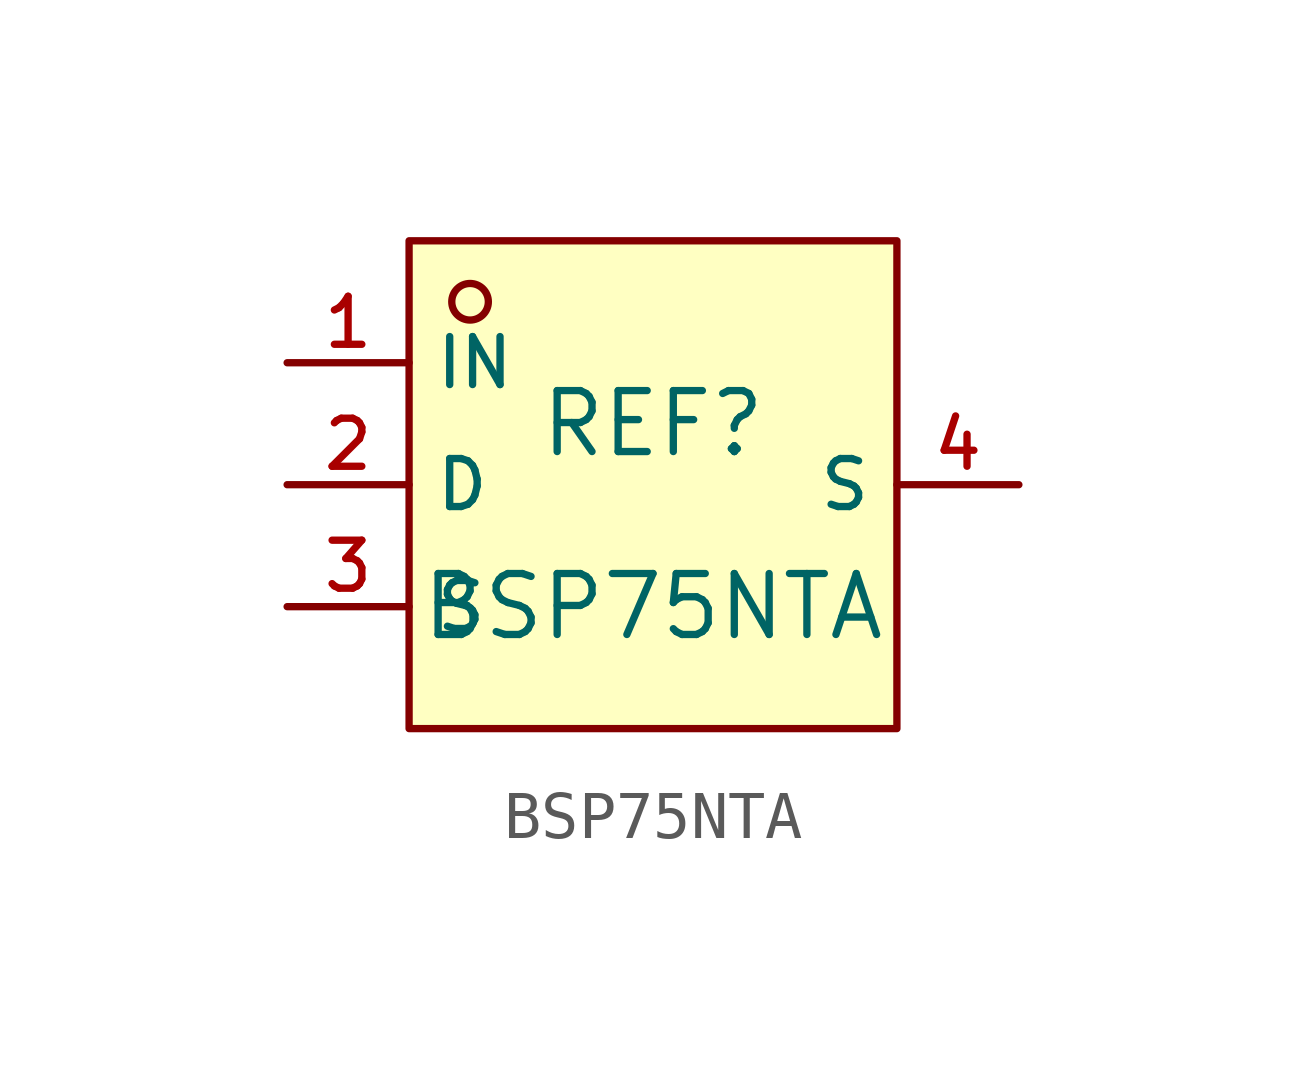
<source format=kicad_sym>
(kicad_symbol_lib
  (version 20210201)
  (generator TousstNicolas/JLC2KiCad_lib)
  (symbol "BSP75NTA"
    (property "Reference" "REF"
      (at 0 1.27 0)
      (effects (font (size 1.27 1.27))))
    (property "Value" "BSP75NTA"
      (at 0 -2.54 0)
      (effects (font (size 1.27 1.27))))
    (symbol "BSP75NTA_0_1"
      (rectangle (start -5.08 5.08) (end 5.08 -5.08) (stroke (width 0) (type default) (color 0 0 0 0)) (fill (type background)))
      (circle (center -3.81 3.81) (radius 0.381) (stroke (width 0) (type default) (color 0 0 0 0)) (fill (type background)))
      (pin unspecified line (at -7.62 2.54 0) (length 2.54) (name "IN" (effects (font (size 1 1)))) (number "1" (effects (font (size 1 1)))))
      (pin unspecified line (at -7.62 -0.0 0) (length 2.54) (name "D" (effects (font (size 1 1)))) (number "2" (effects (font (size 1 1)))))
      (pin unspecified line (at -7.62 -2.54 0) (length 2.54) (name "S" (effects (font (size 1 1)))) (number "3" (effects (font (size 1 1)))))
      (pin unspecified line (at 7.62 -0.0 180) (length 2.54) (name "S" (effects (font (size 1 1)))) (number "4" (effects (font (size 1 1))))))))
</source>
